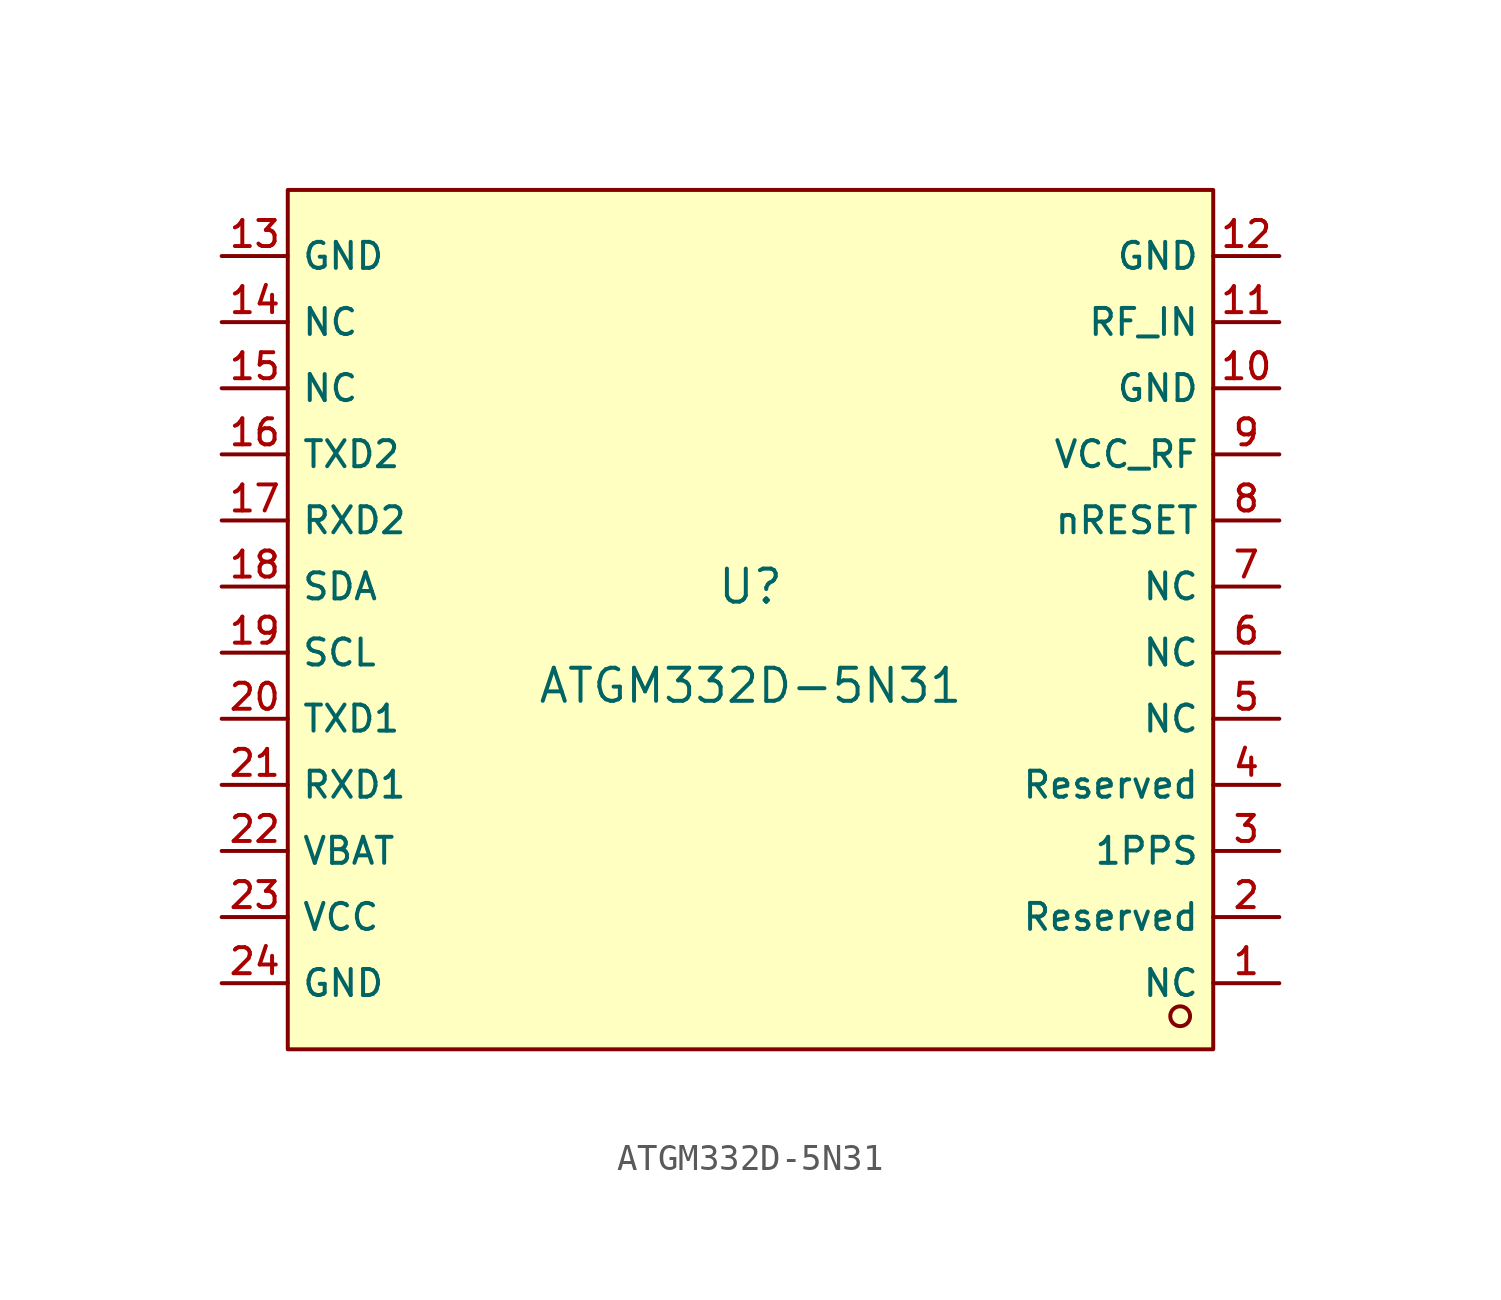
<source format=kicad_sym>
(kicad_symbol_lib
  (version 20210201)
  (generator TousstNicolas/JLC2KiCad_lib)
  (symbol "ATGM332D-5N31"
    (property "Reference" "U"
      (at 0 1.27 0)
      (effects (font (size 1.27 1.27))))
    (property "Value" "ATGM332D-5N31"
      (at 0 -2.54 0)
      (effects (font (size 1.27 1.27))))
    (symbol "ATGM332D-5N31_0_1"
      (rectangle (start -17.78 16.51) (end 17.78 -16.51) (stroke (width 0) (type default) (color 0 0 0 0)) (fill (type background)))
      (circle (center 16.51 -15.24) (radius 0.381) (stroke (width 0) (type default) (color 0 0 0 0)) (fill (type background)))
      (pin unspecified line (at 20.32 -13.97 180) (length 2.54) (name "NC" (effects (font (size 1 1)))) (number "1" (effects (font (size 1 1)))))
      (pin unspecified line (at 20.32 -11.43 180) (length 2.54) (name "Reserved" (effects (font (size 1 1)))) (number "2" (effects (font (size 1 1)))))
      (pin unspecified line (at 20.32 -8.89 180) (length 2.54) (name "1PPS" (effects (font (size 1 1)))) (number "3" (effects (font (size 1 1)))))
      (pin unspecified line (at 20.32 -6.35 180) (length 2.54) (name "Reserved" (effects (font (size 1 1)))) (number "4" (effects (font (size 1 1)))))
      (pin unspecified line (at 20.32 -3.81 180) (length 2.54) (name "NC" (effects (font (size 1 1)))) (number "5" (effects (font (size 1 1)))))
      (pin unspecified line (at 20.32 -1.27 180) (length 2.54) (name "NC" (effects (font (size 1 1)))) (number "6" (effects (font (size 1 1)))))
      (pin unspecified line (at 20.32 1.27 180) (length 2.54) (name "NC" (effects (font (size 1 1)))) (number "7" (effects (font (size 1 1)))))
      (pin unspecified line (at 20.32 3.81 180) (length 2.54) (name "nRESET" (effects (font (size 1 1)))) (number "8" (effects (font (size 1 1)))))
      (pin unspecified line (at 20.32 6.35 180) (length 2.54) (name "VCC_RF" (effects (font (size 1 1)))) (number "9" (effects (font (size 1 1)))))
      (pin unspecified line (at 20.32 8.89 180) (length 2.54) (name "GND" (effects (font (size 1 1)))) (number "10" (effects (font (size 1 1)))))
      (pin unspecified line (at 20.32 11.43 180) (length 2.54) (name "RF_IN" (effects (font (size 1 1)))) (number "11" (effects (font (size 1 1)))))
      (pin unspecified line (at 20.32 13.97 180) (length 2.54) (name "GND" (effects (font (size 1 1)))) (number "12" (effects (font (size 1 1)))))
      (pin unspecified line (at -20.32 13.97 0) (length 2.54) (name "GND" (effects (font (size 1 1)))) (number "13" (effects (font (size 1 1)))))
      (pin unspecified line (at -20.32 11.43 0) (length 2.54) (name "NC" (effects (font (size 1 1)))) (number "14" (effects (font (size 1 1)))))
      (pin unspecified line (at -20.32 8.89 0) (length 2.54) (name "NC" (effects (font (size 1 1)))) (number "15" (effects (font (size 1 1)))))
      (pin unspecified line (at -20.32 6.35 0) (length 2.54) (name "TXD2" (effects (font (size 1 1)))) (number "16" (effects (font (size 1 1)))))
      (pin unspecified line (at -20.32 3.81 0) (length 2.54) (name "RXD2" (effects (font (size 1 1)))) (number "17" (effects (font (size 1 1)))))
      (pin unspecified line (at -20.32 1.27 0) (length 2.54) (name "SDA" (effects (font (size 1 1)))) (number "18" (effects (font (size 1 1)))))
      (pin unspecified line (at -20.32 -1.27 0) (length 2.54) (name "SCL" (effects (font (size 1 1)))) (number "19" (effects (font (size 1 1)))))
      (pin unspecified line (at -20.32 -3.81 0) (length 2.54) (name "TXD1" (effects (font (size 1 1)))) (number "20" (effects (font (size 1 1)))))
      (pin unspecified line (at -20.32 -6.35 0) (length 2.54) (name "RXD1" (effects (font (size 1 1)))) (number "21" (effects (font (size 1 1)))))
      (pin unspecified line (at -20.32 -8.89 0) (length 2.54) (name "VBAT" (effects (font (size 1 1)))) (number "22" (effects (font (size 1 1)))))
      (pin unspecified line (at -20.32 -11.43 0) (length 2.54) (name "VCC" (effects (font (size 1 1)))) (number "23" (effects (font (size 1 1)))))
      (pin unspecified line (at -20.32 -13.97 0) (length 2.54) (name "GND" (effects (font (size 1 1)))) (number "24" (effects (font (size 1 1))))))))
</source>
